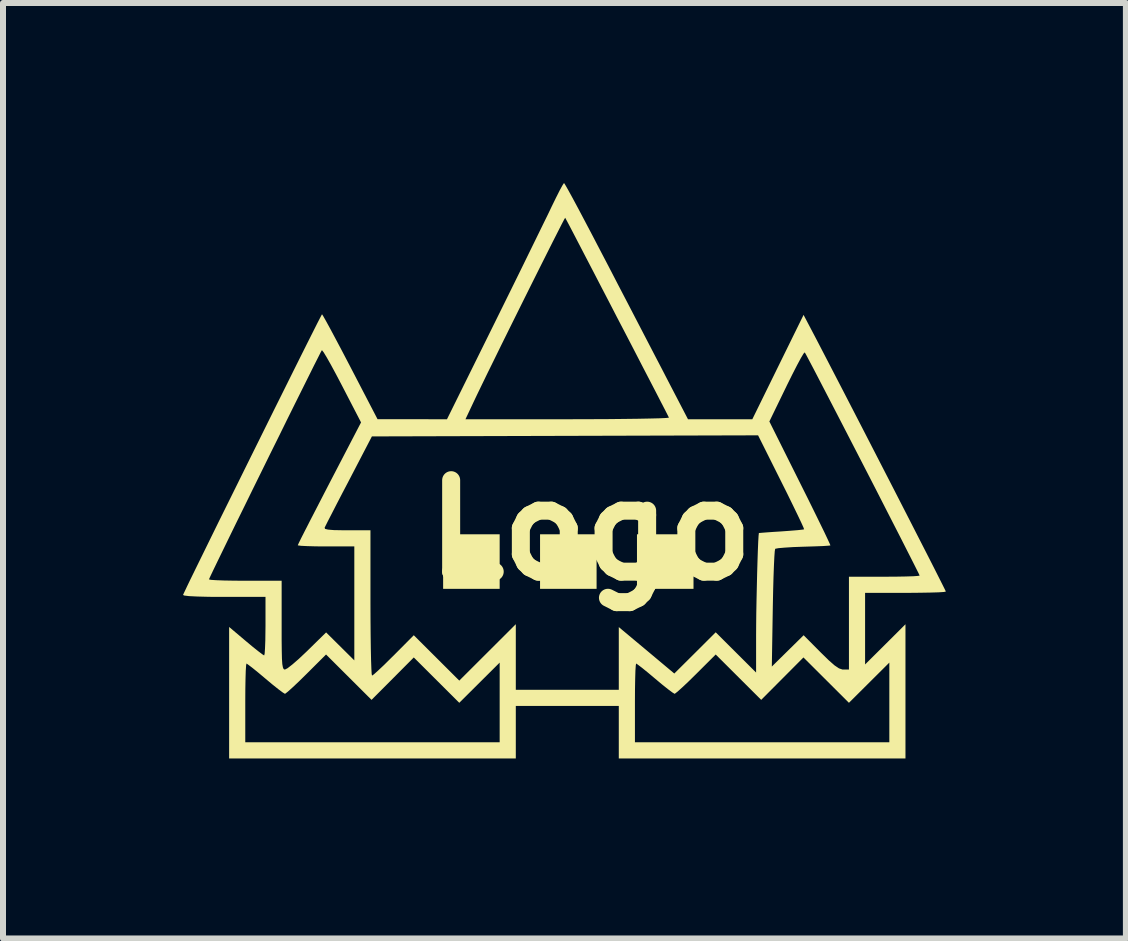
<source format=kicad_pcb>
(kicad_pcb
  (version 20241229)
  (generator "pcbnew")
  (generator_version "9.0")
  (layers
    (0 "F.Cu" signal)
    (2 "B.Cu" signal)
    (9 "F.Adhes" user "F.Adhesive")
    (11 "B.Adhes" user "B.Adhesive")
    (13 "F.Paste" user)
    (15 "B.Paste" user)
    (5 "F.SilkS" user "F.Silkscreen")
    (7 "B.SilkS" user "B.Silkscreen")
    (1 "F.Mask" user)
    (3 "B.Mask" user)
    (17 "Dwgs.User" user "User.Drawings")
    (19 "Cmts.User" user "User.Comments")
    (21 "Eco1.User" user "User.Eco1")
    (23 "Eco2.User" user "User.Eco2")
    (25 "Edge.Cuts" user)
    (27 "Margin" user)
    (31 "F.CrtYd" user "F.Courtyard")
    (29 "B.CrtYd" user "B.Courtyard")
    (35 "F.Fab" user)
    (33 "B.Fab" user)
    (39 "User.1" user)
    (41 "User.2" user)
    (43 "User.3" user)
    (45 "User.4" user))
  (footprint "Logo"
    (layer "F.Cu")
    (at 6.79 5.786)
    (property "Reference" "Logo" (at 0 0 0) (layer "F.SilkS") (effects (font (size 1.524 1.524) (thickness 0.3))))
    (attr board_only exclude_from_pos_files exclude_from_bom)
    (fp_poly (pts (xy -1.514 0.976) (xy -2.456 0.976) (xy -2.456 0.067) (xy -1.514 0.067)) (stroke (width 0) (type solid)) (fill yes) (layer "F.SilkS"))
    (fp_poly (pts (xy 0.101 0.976) (xy -0.841 0.976) (xy -0.841 0.067) (xy 0.101 0.067)) (stroke (width 0) (type solid)) (fill yes) (layer "F.SilkS"))
    (fp_poly (pts (xy 1.716 0.976) (xy 0.774 0.976) (xy 0.774 0.067) (xy 1.716 0.067)) (stroke (width 0) (type solid)) (fill yes) (layer "F.SilkS"))
    (fp_poly (pts (xy -0.422 -5.757) (xy -0.375 -5.675) (xy -0.303 -5.544) (xy -0.21 -5.371) (xy -0.099 -5.161) (xy 0.027 -4.922) (xy 0.165 -4.657) (xy 0.3 -4.399) (xy 0.46 -4.09) (xy 0.622 -3.779) (xy 0.781 -3.473) (xy 0.931 -3.184) (xy 1.068 -2.92) (xy 1.187 -2.692) (xy 1.282 -2.508) (xy 1.322 -2.431) (xy 1.624 -1.85) (xy 2.696 -1.85) (xy 3.123 -2.72) (xy 3.55 -3.589) (xy 3.755 -3.199) (xy 3.848 -3.02) (xy 3.96 -2.804) (xy 4.088 -2.557) (xy 4.229 -2.285) (xy 4.38 -1.992) (xy 4.538 -1.686) (xy 4.7 -1.371) (xy 4.863 -1.054) (xy 5.025 -0.739) (xy 5.182 -0.433) (xy 5.331 -0.142) (xy 5.47 0.13) (xy 5.596 0.376) (xy 5.705 0.59) (xy 5.795 0.768) (xy 5.863 0.903) (xy 5.906 0.989) (xy 5.921 1.021) (xy 5.921 1.021) (xy 5.889 1.028) (xy 5.8 1.034) (xy 5.664 1.038) (xy 5.49 1.041) (xy 5.29 1.043) (xy 5.248 1.043) (xy 4.575 1.043) (xy 4.575 2.236) (xy 4.912 1.901) (xy 5.248 1.566) (xy 5.248 3.802) (xy 0.471 3.802) (xy 0.471 3.532) (xy 0.74 3.532) (xy 4.979 3.532) (xy 4.979 2.205) (xy 4.306 2.875) (xy 3.927 2.497) (xy 3.548 2.119) (xy 2.844 2.826) (xy 2.465 2.448) (xy 2.086 2.07) (xy 1.757 2.398) (xy 1.636 2.517) (xy 1.531 2.616) (xy 1.451 2.688) (xy 1.406 2.723) (xy 1.401 2.725) (xy 1.366 2.704) (xy 1.292 2.649) (xy 1.188 2.566) (xy 1.077 2.473) (xy 0.958 2.373) (xy 0.858 2.292) (xy 0.788 2.239) (xy 0.76 2.22) (xy 0.754 2.252) (xy 0.748 2.341) (xy 0.744 2.477) (xy 0.741 2.65) (xy 0.74 2.849) (xy 0.74 2.876) (xy 0.74 3.532) (xy 0.471 3.532) (xy 0.471 2.927) (xy -1.245 2.927) (xy -1.245 3.802) (xy -6.022 3.802) (xy -6.022 3.532) (xy -5.753 3.532) (xy -1.514 3.532) (xy -1.514 2.205) (xy -2.187 2.875) (xy -2.566 2.497) (xy -2.945 2.119) (xy -3.297 2.473) (xy -3.649 2.826) (xy -4.028 2.448) (xy -4.407 2.07) (xy -4.736 2.398) (xy -4.857 2.517) (xy -4.962 2.616) (xy -5.042 2.688) (xy -5.087 2.723) (xy -5.092 2.725) (xy -5.127 2.704) (xy -5.201 2.649) (xy -5.305 2.566) (xy -5.416 2.473) (xy -5.535 2.373) (xy -5.635 2.292) (xy -5.705 2.239) (xy -5.733 2.22) (xy -5.739 2.252) (xy -5.745 2.341) (xy -5.749 2.477) (xy -5.752 2.65) (xy -5.753 2.849) (xy -5.753 2.876) (xy -5.753 3.532) (xy -6.022 3.532) (xy -6.022 1.611) (xy -5.74 1.849) (xy -5.625 1.945) (xy -5.528 2.022) (xy -5.461 2.072) (xy -5.438 2.086) (xy -5.43 2.054) (xy -5.424 1.967) (xy -5.419 1.836) (xy -5.417 1.674) (xy -5.416 1.598) (xy -5.416 1.11) (xy -6.109 1.11) (xy -6.356 1.109) (xy -6.552 1.104) (xy -6.692 1.097) (xy -6.772 1.087) (xy -6.79 1.077) (xy -6.771 1.036) (xy -6.726 0.941) (xy -6.667 0.818) (xy -6.358 0.818) (xy -6.327 0.826) (xy -6.238 0.832) (xy -6.103 0.837) (xy -5.933 0.84) (xy -5.753 0.841) (xy -5.147 0.841) (xy -5.147 1.581) (xy -5.147 1.824) (xy -5.145 2.008) (xy -5.142 2.14) (xy -5.136 2.23) (xy -5.126 2.284) (xy -5.114 2.312) (xy -5.097 2.321) (xy -5.092 2.321) (xy -5.049 2.299) (xy -4.969 2.237) (xy -4.863 2.145) (xy -4.743 2.032) (xy -4.722 2.012) (xy -4.406 1.702) (xy -3.936 2.168) (xy -3.936 0.269) (xy -4.407 0.269) (xy -4.576 0.268) (xy -4.719 0.264) (xy -4.822 0.259) (xy -4.874 0.252) (xy -4.878 0.25) (xy -4.863 0.216) (xy -4.821 0.13) (xy -4.754 -0.002) (xy -4.733 -0.042) (xy -4.431 -0.042) (xy -4.423 -0.023) (xy -4.374 -0.011) (xy -4.278 -0.003) (xy -4.125 -0.000193) (xy -4.058 0) (xy -3.667 0) (xy -3.667 1.211) (xy -3.666 1.489) (xy -3.664 1.745) (xy -3.661 1.97) (xy -3.657 2.158) (xy -3.652 2.301) (xy -3.647 2.392) (xy -3.641 2.422) (xy -3.609 2.4) (xy -3.54 2.338) (xy -3.441 2.245) (xy -3.324 2.129) (xy -3.28 2.086) (xy -2.945 1.749) (xy -2.566 2.127) (xy -2.187 2.505) (xy -1.245 1.565) (xy -1.245 2.658) (xy 0.471 2.658) (xy 0.471 1.613) (xy 0.934 2) (xy 1.396 2.387) (xy 1.741 2.044) (xy 2.086 1.7) (xy 2.422 2.035) (xy 2.759 2.371) (xy 2.759 1.749) (xy 2.76 1.58) (xy 2.762 1.384) (xy 2.766 1.17) (xy 2.771 0.948) (xy 2.776 0.73) (xy 2.782 0.525) (xy 2.788 0.344) (xy 2.794 0.197) (xy 2.8 0.095) (xy 2.805 0.048) (xy 2.805 0.046) (xy 2.838 0.043) (xy 2.925 0.036) (xy 3.051 0.027) (xy 3.179 0.019) (xy 3.329 0.008) (xy 3.452 -0.002) (xy 3.533 -0.011) (xy 3.559 -0.016) (xy 3.548 -0.047) (xy 3.51 -0.131) (xy 3.449 -0.259) (xy 3.37 -0.422) (xy 3.276 -0.614) (xy 3.181 -0.804) (xy 2.792 -1.582) (xy -0.426 -1.573) (xy -3.643 -1.564) (xy -4.028 -0.824) (xy -4.136 -0.618) (xy -4.233 -0.431) (xy -4.315 -0.271) (xy -4.379 -0.147) (xy -4.419 -0.067) (xy -4.431 -0.042) (xy -4.733 -0.042) (xy -4.667 -0.172) (xy -4.563 -0.373) (xy -4.446 -0.6) (xy -4.351 -0.784) (xy -3.824 -1.797) (xy -3.832 -1.813) (xy 2.98 -1.813) (xy 3.493 -0.785) (xy 3.614 -0.543) (xy 3.724 -0.32) (xy 3.82 -0.124) (xy 3.899 0.038) (xy 3.956 0.159) (xy 3.99 0.233) (xy 3.997 0.253) (xy 3.961 0.257) (xy 3.871 0.263) (xy 3.74 0.268) (xy 3.579 0.273) (xy 3.544 0.274) (xy 3.377 0.28) (xy 3.236 0.289) (xy 3.132 0.298) (xy 3.08 0.308) (xy 3.077 0.31) (xy 3.07 0.348) (xy 3.063 0.445) (xy 3.056 0.592) (xy 3.049 0.781) (xy 3.043 1.002) (xy 3.038 1.246) (xy 3.037 1.302) (xy 3.021 2.271) (xy 3.286 2.01) (xy 3.551 1.749) (xy 3.835 2.035) (xy 3.969 2.166) (xy 4.067 2.252) (xy 4.14 2.301) (xy 4.197 2.32) (xy 4.213 2.321) (xy 4.306 2.321) (xy 4.306 0.774) (xy 4.895 0.774) (xy 5.086 0.773) (xy 5.25 0.77) (xy 5.379 0.766) (xy 5.46 0.76) (xy 5.484 0.755) (xy 5.469 0.722) (xy 5.426 0.636) (xy 5.359 0.503) (xy 5.27 0.328) (xy 5.164 0.119) (xy 5.042 -0.119) (xy 4.909 -0.379) (xy 4.768 -0.655) (xy 4.621 -0.941) (xy 4.472 -1.23) (xy 4.324 -1.517) (xy 4.181 -1.794) (xy 4.045 -2.057) (xy 3.92 -2.298) (xy 3.809 -2.512) (xy 3.716 -2.691) (xy 3.642 -2.831) (xy 3.593 -2.924) (xy 3.57 -2.964) (xy 3.57 -2.965) (xy 3.549 -2.943) (xy 3.505 -2.869) (xy 3.442 -2.752) (xy 3.364 -2.6) (xy 3.276 -2.423) (xy 3.265 -2.4) (xy 2.98 -1.813) (xy -3.832 -1.813) (xy -4.141 -2.41) (xy -4.237 -2.593) (xy -4.323 -2.752) (xy -4.394 -2.878) (xy -4.446 -2.964) (xy -4.474 -3) (xy -4.477 -3) (xy -4.496 -2.966) (xy -4.541 -2.877) (xy -4.61 -2.741) (xy -4.698 -2.564) (xy -4.804 -2.351) (xy -4.924 -2.11) (xy -5.055 -1.846) (xy -5.193 -1.565) (xy -5.337 -1.275) (xy -5.482 -0.98) (xy -5.626 -0.688) (xy -5.765 -0.404) (xy -5.897 -0.136) (xy -6.018 0.112) (xy -6.125 0.332) (xy -6.216 0.519) (xy -6.287 0.666) (xy -6.335 0.767) (xy -6.357 0.815) (xy -6.358 0.818) (xy -6.667 0.818) (xy -6.657 0.798) (xy -6.566 0.612) (xy -6.457 0.39) (xy -6.333 0.137) (xy -6.196 -0.142) (xy -6.048 -0.441) (xy -5.893 -0.754) (xy -5.734 -1.076) (xy -5.573 -1.401) (xy -5.413 -1.724) (xy -5.257 -2.039) (xy -5.107 -2.34) (xy -4.967 -2.622) (xy -4.839 -2.879) (xy -4.726 -3.105) (xy -4.63 -3.296) (xy -4.555 -3.445) (xy -4.503 -3.546) (xy -4.477 -3.595) (xy -4.474 -3.599) (xy -4.455 -3.57) (xy -4.409 -3.489) (xy -4.34 -3.363) (xy -4.253 -3.2) (xy -4.15 -3.006) (xy -4.037 -2.79) (xy -4.003 -2.725) (xy -3.549 -1.851) (xy -2.392 -1.85) (xy -2.084 -1.85) (xy -0.383 -1.85) (xy -0.052 -1.851) (xy 0.257 -1.852) (xy 0.538 -1.855) (xy 0.785 -1.858) (xy 0.991 -1.862) (xy 1.151 -1.866) (xy 1.257 -1.871) (xy 1.305 -1.876) (xy 1.306 -1.878) (xy 1.289 -1.912) (xy 1.245 -1.999) (xy 1.176 -2.132) (xy 1.087 -2.305) (xy 0.98 -2.511) (xy 0.859 -2.744) (xy 0.729 -2.996) (xy 0.591 -3.262) (xy 0.449 -3.534) (xy 0.308 -3.807) (xy 0.169 -4.074) (xy 0.038 -4.327) (xy -0.084 -4.561) (xy -0.192 -4.769) (xy -0.283 -4.944) (xy -0.354 -5.08) (xy -0.402 -5.17) (xy -0.422 -5.207) (xy -0.422 -5.208) (xy -0.438 -5.181) (xy -0.48 -5.101) (xy -0.545 -4.973) (xy -0.63 -4.806) (xy -0.731 -4.605) (xy -0.845 -4.378) (xy -0.968 -4.132) (xy -1.097 -3.873) (xy -1.229 -3.607) (xy -1.36 -3.343) (xy -1.487 -3.086) (xy -1.606 -2.843) (xy -1.715 -2.622) (xy -1.809 -2.428) (xy -1.886 -2.269) (xy -1.937 -2.162) (xy -2.084 -1.85) (xy -2.392 -1.85) (xy -1.614 -3.423) (xy -1.457 -3.741) (xy -1.303 -4.053) (xy -1.156 -4.352) (xy -1.02 -4.63) (xy -0.898 -4.879) (xy -0.794 -5.092) (xy -0.711 -5.261) (xy -0.655 -5.378) (xy -0.649 -5.391) (xy -0.577 -5.538) (xy -0.515 -5.661) (xy -0.468 -5.747) (xy -0.443 -5.785) (xy -0.441 -5.786)) (stroke (width 0) (type solid)) (fill yes) (layer "F.SilkS")))
  (gr_rect
    (start -3 -3)
    (end 15.711 12.588)
    (stroke (width 0.1) (type default))
    (fill no)
    (layer "Edge.Cuts")))
</source>
